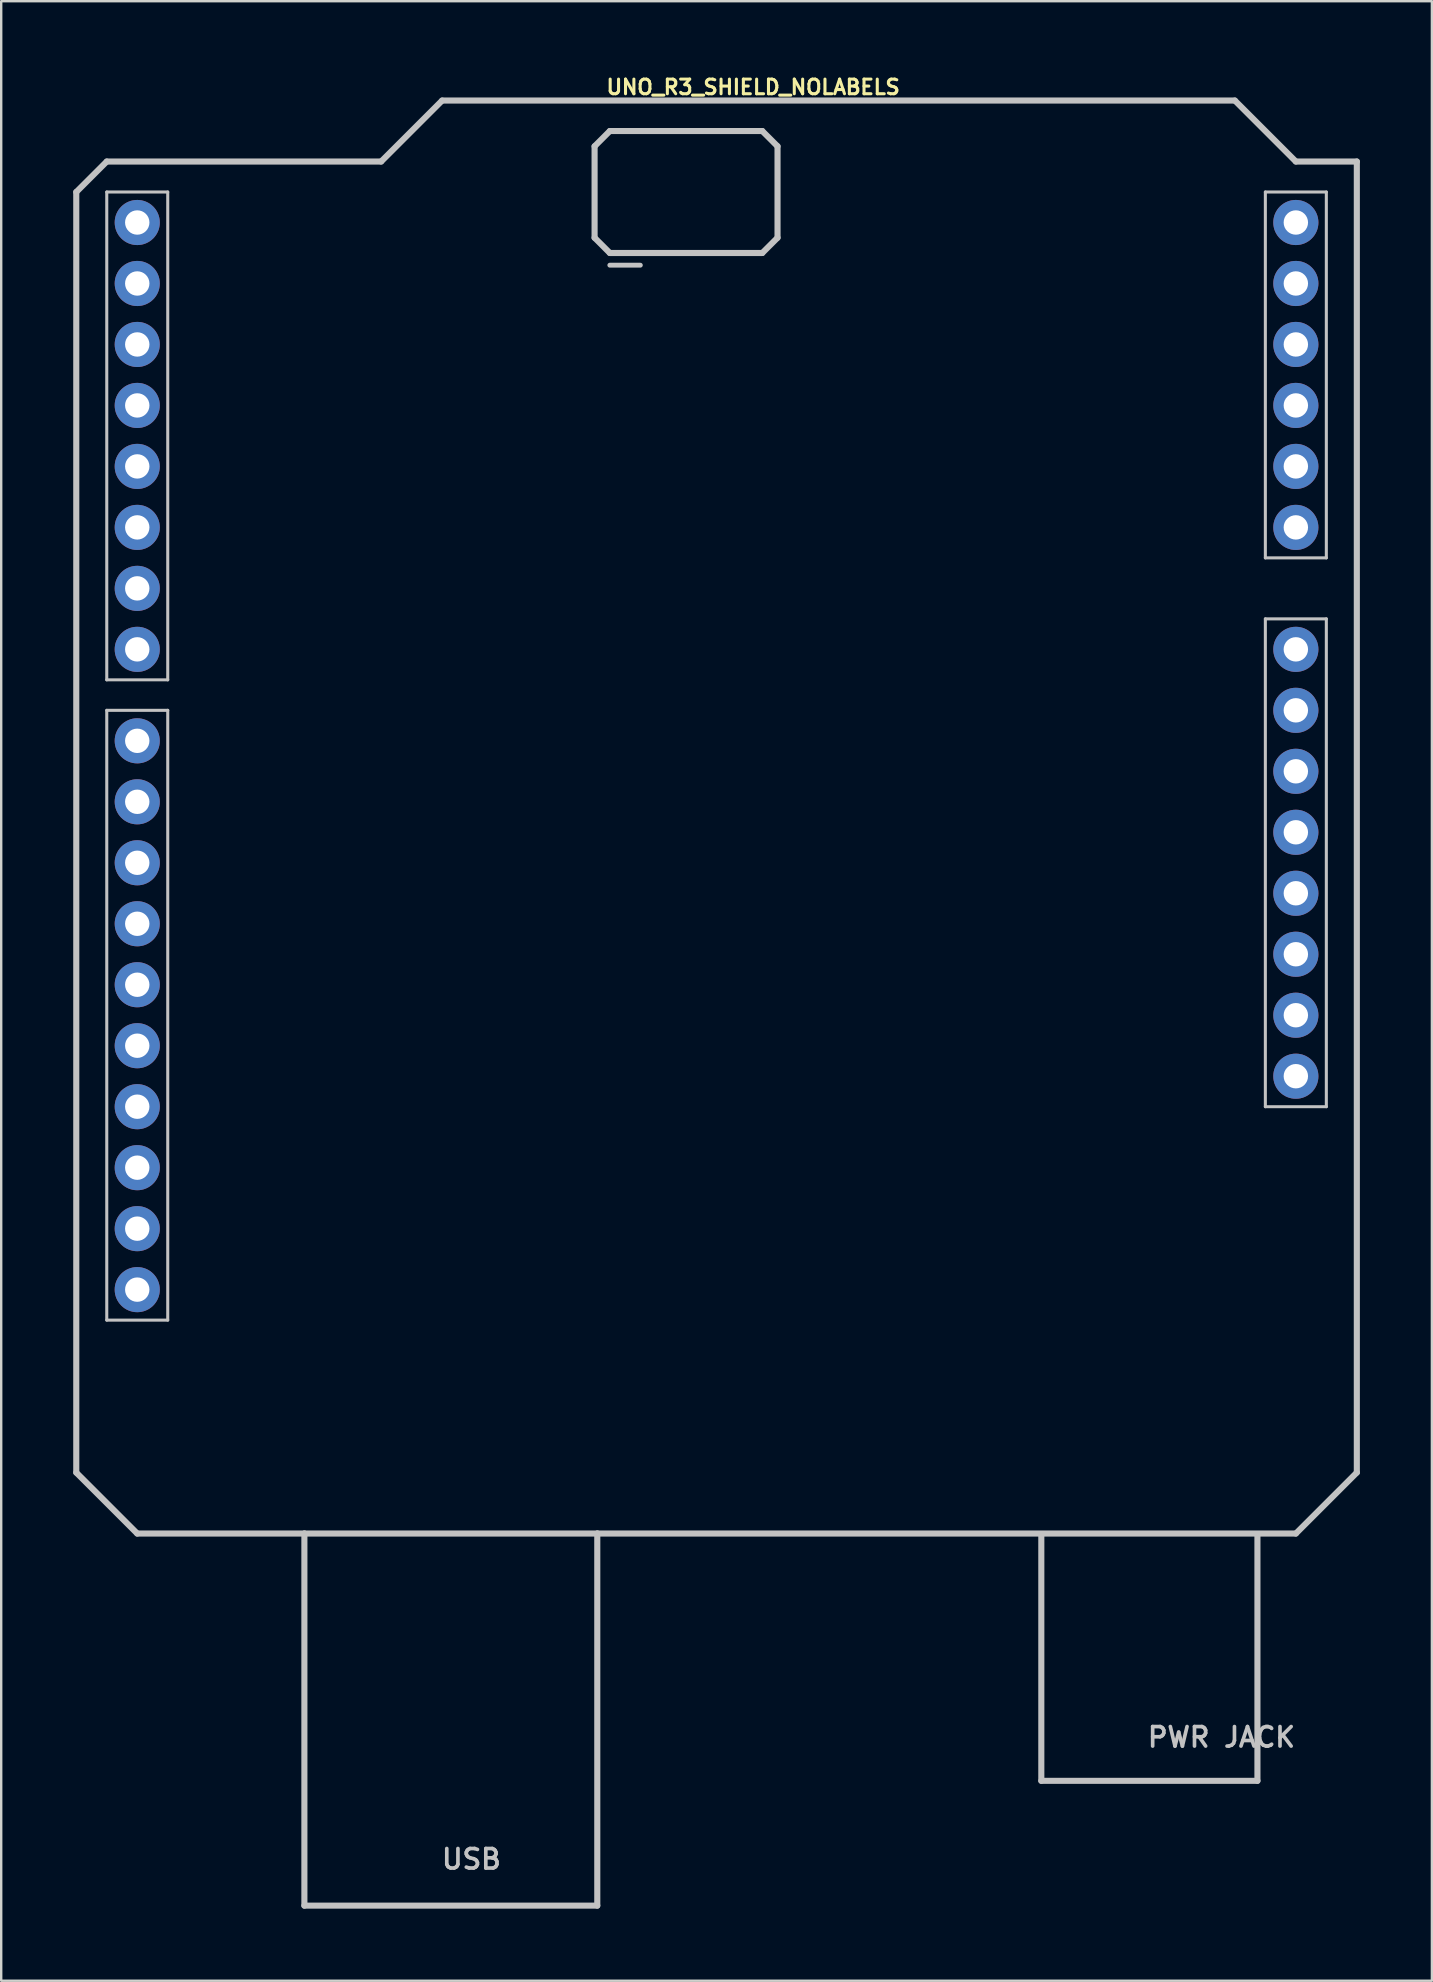
<source format=kicad_pcb>
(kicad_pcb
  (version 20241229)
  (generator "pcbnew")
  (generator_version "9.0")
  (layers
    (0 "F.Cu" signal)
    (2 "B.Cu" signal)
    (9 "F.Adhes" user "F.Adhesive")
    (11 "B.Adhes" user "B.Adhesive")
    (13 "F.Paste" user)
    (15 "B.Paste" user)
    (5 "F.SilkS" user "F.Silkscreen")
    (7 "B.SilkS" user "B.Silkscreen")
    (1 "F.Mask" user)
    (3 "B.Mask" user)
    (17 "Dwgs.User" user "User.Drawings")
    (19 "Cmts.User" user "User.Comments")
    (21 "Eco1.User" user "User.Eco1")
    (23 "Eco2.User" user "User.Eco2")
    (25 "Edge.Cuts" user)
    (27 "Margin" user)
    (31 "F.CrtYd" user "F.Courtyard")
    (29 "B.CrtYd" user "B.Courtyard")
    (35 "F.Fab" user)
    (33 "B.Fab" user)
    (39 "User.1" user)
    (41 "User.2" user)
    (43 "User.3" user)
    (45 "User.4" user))
  (footprint "UNO_R3_SHIELD_NOLABELS"
    (layer "F.Cu")
    (at 26.797 30.348)
    (property "Reference" "UNO_R3_SHIELD_NOLABELS" (at 1.524 -29.769 0) (layer "F.SilkS") (effects (font (size 0.61 0.61) (thickness 0.127))))
    (attr exclude_from_pos_files exclude_from_bom)
    (fp_line (start -26.67 -25.4) (end -26.67 27.94) (stroke (width 0.254) (type solid)) (layer "Dwgs.User"))
    (fp_line (start -26.67 27.94) (end -24.13 30.48) (stroke (width 0.254) (type solid)) (layer "Dwgs.User"))
    (fp_line (start -25.4 -26.67) (end -26.67 -25.4) (stroke (width 0.254) (type solid)) (layer "Dwgs.User"))
    (fp_line (start -25.4 -25.4) (end -22.86 -25.4) (stroke (width 0.127) (type solid)) (layer "Dwgs.User"))
    (fp_line (start -25.4 -5.08) (end -25.4 -25.4) (stroke (width 0.127) (type solid)) (layer "Dwgs.User"))
    (fp_line (start -25.4 -3.81) (end -22.86 -3.81) (stroke (width 0.127) (type solid)) (layer "Dwgs.User"))
    (fp_line (start -25.4 21.59) (end -25.4 -3.81) (stroke (width 0.127) (type solid)) (layer "Dwgs.User"))
    (fp_line (start -24.13 30.48) (end -17.168 30.48) (stroke (width 0.254) (type solid)) (layer "Dwgs.User"))
    (fp_line (start -22.86 -25.4) (end -22.86 -5.08) (stroke (width 0.127) (type solid)) (layer "Dwgs.User"))
    (fp_line (start -22.86 -5.08) (end -25.4 -5.08) (stroke (width 0.127) (type solid)) (layer "Dwgs.User"))
    (fp_line (start -22.86 -3.81) (end -22.86 21.59) (stroke (width 0.127) (type solid)) (layer "Dwgs.User"))
    (fp_line (start -22.86 21.59) (end -25.4 21.59) (stroke (width 0.127) (type solid)) (layer "Dwgs.User"))
    (fp_line (start -17.168 30.48) (end -4.968 30.48) (stroke (width 0.254) (type solid)) (layer "Dwgs.User"))
    (fp_line (start -17.168 45.979) (end -17.168 30.48) (stroke (width 0.254) (type solid)) (layer "Dwgs.User"))
    (fp_line (start -17.168 45.979) (end -4.968 45.979) (stroke (width 0.254) (type solid)) (layer "Dwgs.User"))
    (fp_line (start -13.97 -26.67) (end -25.4 -26.67) (stroke (width 0.254) (type solid)) (layer "Dwgs.User"))
    (fp_line (start -11.43 -29.21) (end -13.97 -26.67) (stroke (width 0.254) (type solid)) (layer "Dwgs.User"))
    (fp_line (start -5.08 -27.305) (end -4.445 -27.94) (stroke (width 0.254) (type solid)) (layer "Dwgs.User"))
    (fp_line (start -5.08 -23.495) (end -5.08 -27.305) (stroke (width 0.254) (type solid)) (layer "Dwgs.User"))
    (fp_line (start -4.968 30.48) (end 24.13 30.48) (stroke (width 0.254) (type solid)) (layer "Dwgs.User"))
    (fp_line (start -4.968 45.979) (end -4.968 30.48) (stroke (width 0.254) (type solid)) (layer "Dwgs.User"))
    (fp_line (start -4.445 -27.94) (end 1.905 -27.94) (stroke (width 0.254) (type solid)) (layer "Dwgs.User"))
    (fp_line (start -4.445 -22.86) (end -5.08 -23.495) (stroke (width 0.254) (type solid)) (layer "Dwgs.User"))
    (fp_line (start -3.175 -22.352) (end -4.445 -22.352) (stroke (width 0.203) (type solid)) (layer "Dwgs.User"))
    (fp_line (start 1.905 -27.94) (end 2.54 -27.305) (stroke (width 0.254) (type solid)) (layer "Dwgs.User"))
    (fp_line (start 1.905 -22.86) (end -4.445 -22.86) (stroke (width 0.254) (type solid)) (layer "Dwgs.User"))
    (fp_line (start 2.54 -27.305) (end 2.54 -23.495) (stroke (width 0.254) (type solid)) (layer "Dwgs.User"))
    (fp_line (start 2.54 -23.495) (end 1.905 -22.86) (stroke (width 0.254) (type solid)) (layer "Dwgs.User"))
    (fp_line (start 13.528 40.78) (end 13.528 30.579) (stroke (width 0.254) (type solid)) (layer "Dwgs.User"))
    (fp_line (start 13.528 40.78) (end 22.53 40.78) (stroke (width 0.254) (type solid)) (layer "Dwgs.User"))
    (fp_line (start 21.59 -29.21) (end -11.43 -29.21) (stroke (width 0.254) (type solid)) (layer "Dwgs.User"))
    (fp_line (start 22.53 40.78) (end 22.53 30.579) (stroke (width 0.254) (type solid)) (layer "Dwgs.User"))
    (fp_line (start 22.86 -25.4) (end 25.4 -25.4) (stroke (width 0.127) (type solid)) (layer "Dwgs.User"))
    (fp_line (start 22.86 -10.16) (end 22.86 -25.4) (stroke (width 0.127) (type solid)) (layer "Dwgs.User"))
    (fp_line (start 22.86 -7.62) (end 22.86 12.7) (stroke (width 0.127) (type solid)) (layer "Dwgs.User"))
    (fp_line (start 22.86 12.7) (end 25.4 12.7) (stroke (width 0.127) (type solid)) (layer "Dwgs.User"))
    (fp_line (start 24.13 -26.67) (end 21.59 -29.21) (stroke (width 0.254) (type solid)) (layer "Dwgs.User"))
    (fp_line (start 24.13 30.48) (end 26.67 27.94) (stroke (width 0.254) (type solid)) (layer "Dwgs.User"))
    (fp_line (start 25.4 -25.4) (end 25.4 -10.16) (stroke (width 0.127) (type solid)) (layer "Dwgs.User"))
    (fp_line (start 25.4 -10.16) (end 22.86 -10.16) (stroke (width 0.127) (type solid)) (layer "Dwgs.User"))
    (fp_line (start 25.4 -7.62) (end 22.86 -7.62) (stroke (width 0.127) (type solid)) (layer "Dwgs.User"))
    (fp_line (start 25.4 12.7) (end 25.4 -7.62) (stroke (width 0.127) (type solid)) (layer "Dwgs.User"))
    (fp_line (start 26.67 -26.67) (end 24.13 -26.67) (stroke (width 0.254) (type solid)) (layer "Dwgs.User"))
    (fp_line (start 26.67 27.94) (end 26.67 -26.67) (stroke (width 0.254) (type solid)) (layer "Dwgs.User"))
    (fp_text user "USB" (at -10.211 44.044 0) (layer "Dwgs.User") (effects (font (size 0.813 0.813) (thickness 0.152))))
    (fp_text user "PWR JACK" (at 21.031 38.964 0) (layer "Dwgs.User") (effects (font (size 0.813 0.813) (thickness 0.152))))
    (pad "3.3V" thru_hole circle (at 24.13 3.81) (size 1.88 1.88) (drill 1.016) (layers "*.Cu" "*.Paste" "*.Mask"))
    (pad "5V" thru_hole circle (at 24.13 1.27) (size 1.88 1.88) (drill 1.016) (layers "*.Cu" "*.Paste" "*.Mask"))
    (pad "A0" thru_hole circle (at 24.13 -11.43) (size 1.88 1.88) (drill 1.016) (layers "*.Cu" "*.Paste" "*.Mask"))
    (pad "A1" thru_hole circle (at 24.13 -13.97) (size 1.88 1.88) (drill 1.016) (layers "*.Cu" "*.Paste" "*.Mask"))
    (pad "A2" thru_hole circle (at 24.13 -16.51) (size 1.88 1.88) (drill 1.016) (layers "*.Cu" "*.Paste" "*.Mask"))
    (pad "A3" thru_hole circle (at 24.13 -19.05) (size 1.88 1.88) (drill 1.016) (layers "*.Cu" "*.Paste" "*.Mask"))
    (pad "A4" thru_hole circle (at 24.13 -21.59) (size 1.88 1.88) (drill 1.016) (layers "*.Cu" "*.Paste" "*.Mask"))
    (pad "A5" thru_hole circle (at 24.13 -24.13) (size 1.88 1.88) (drill 1.016) (layers "*.Cu" "*.Paste" "*.Mask"))
    (pad "AREF" thru_hole circle (at -24.13 15.24) (size 1.88 1.88) (drill 1.016) (layers "*.Cu" "*.Paste" "*.Mask"))
    (pad "D2" thru_hole circle (at -24.13 -19.05) (size 1.88 1.88) (drill 1.016) (layers "*.Cu" "*.Paste" "*.Mask"))
    (pad "D3" thru_hole circle (at -24.13 -16.51) (size 1.88 1.88) (drill 1.016) (layers "*.Cu" "*.Paste" "*.Mask"))
    (pad "D4" thru_hole circle (at -24.13 -13.97) (size 1.88 1.88) (drill 1.016) (layers "*.Cu" "*.Paste" "*.Mask"))
    (pad "D5" thru_hole circle (at -24.13 -11.43) (size 1.88 1.88) (drill 1.016) (layers "*.Cu" "*.Paste" "*.Mask"))
    (pad "D6" thru_hole circle (at -24.13 -8.89) (size 1.88 1.88) (drill 1.016) (layers "*.Cu" "*.Paste" "*.Mask"))
    (pad "D7" thru_hole circle (at -24.13 -6.35) (size 1.88 1.88) (drill 1.016) (layers "*.Cu" "*.Paste" "*.Mask"))
    (pad "D8" thru_hole circle (at -24.13 -2.54) (size 1.88 1.88) (drill 1.016) (layers "*.Cu" "*.Paste" "*.Mask"))
    (pad "D9" thru_hole circle (at -24.13 0) (size 1.88 1.88) (drill 1.016) (layers "*.Cu" "*.Paste" "*.Mask"))
    (pad "D10" thru_hole circle (at -24.13 2.54) (size 1.88 1.88) (drill 1.016) (layers "*.Cu" "*.Paste" "*.Mask"))
    (pad "D11" thru_hole circle (at -24.13 5.08) (size 1.88 1.88) (drill 1.016) (layers "*.Cu" "*.Paste" "*.Mask"))
    (pad "D12" thru_hole circle (at -24.13 7.62) (size 1.88 1.88) (drill 1.016) (layers "*.Cu" "*.Paste" "*.Mask"))
    (pad "D13" thru_hole circle (at -24.13 10.16) (size 1.88 1.88) (drill 1.016) (layers "*.Cu" "*.Paste" "*.Mask"))
    (pad "GND@" thru_hole circle (at -24.13 12.7) (size 1.88 1.88) (drill 1.016) (layers "*.Cu" "*.Paste" "*.Mask"))
    (pad "GND@" thru_hole circle (at 24.13 -3.81) (size 1.88 1.88) (drill 1.016) (layers "*.Cu" "*.Paste" "*.Mask"))
    (pad "GND@" thru_hole circle (at 24.13 -1.27) (size 1.88 1.88) (drill 1.016) (layers "*.Cu" "*.Paste" "*.Mask"))
    (pad "IORE" thru_hole circle (at 24.13 8.89) (size 1.88 1.88) (drill 1.016) (layers "*.Cu" "*.Paste" "*.Mask"))
    (pad "NC" thru_hole circle (at 24.13 11.43) (size 1.88 1.88) (drill 1.016) (layers "*.Cu" "*.Paste" "*.Mask"))
    (pad "RES" thru_hole circle (at 24.13 6.35) (size 1.88 1.88) (drill 1.016) (layers "*.Cu" "*.Paste" "*.Mask"))
    (pad "RX" thru_hole circle (at -24.13 -24.13) (size 1.88 1.88) (drill 1.016) (layers "*.Cu" "*.Paste" "*.Mask"))
    (pad "SCL" thru_hole circle (at -24.13 20.32) (size 1.88 1.88) (drill 1.016) (layers "*.Cu" "*.Paste" "*.Mask"))
    (pad "SDA" thru_hole circle (at -24.13 17.78) (size 1.88 1.88) (drill 1.016) (layers "*.Cu" "*.Paste" "*.Mask"))
    (pad "TX" thru_hole circle (at -24.13 -21.59) (size 1.88 1.88) (drill 1.016) (layers "*.Cu" "*.Paste" "*.Mask"))
    (pad "VIN" thru_hole circle (at 24.13 -6.35) (size 1.88 1.88) (drill 1.016) (layers "*.Cu" "*.Paste" "*.Mask")))
  (gr_rect
    (start -3 -3)
    (end 56.594 79.454)
    (stroke (width 0.1) (type default))
    (fill no)
    (layer "Edge.Cuts")))
</source>
